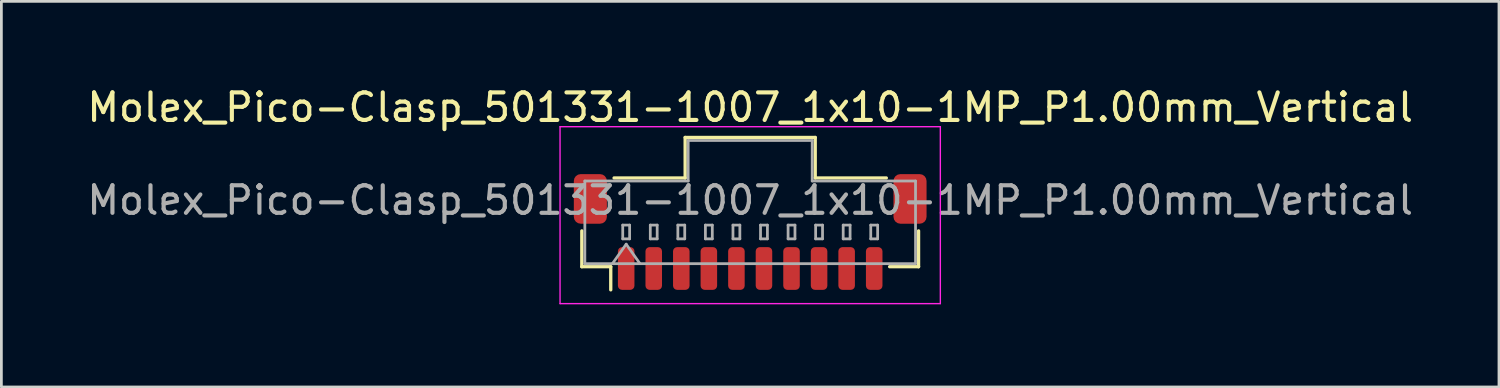
<source format=kicad_pcb>
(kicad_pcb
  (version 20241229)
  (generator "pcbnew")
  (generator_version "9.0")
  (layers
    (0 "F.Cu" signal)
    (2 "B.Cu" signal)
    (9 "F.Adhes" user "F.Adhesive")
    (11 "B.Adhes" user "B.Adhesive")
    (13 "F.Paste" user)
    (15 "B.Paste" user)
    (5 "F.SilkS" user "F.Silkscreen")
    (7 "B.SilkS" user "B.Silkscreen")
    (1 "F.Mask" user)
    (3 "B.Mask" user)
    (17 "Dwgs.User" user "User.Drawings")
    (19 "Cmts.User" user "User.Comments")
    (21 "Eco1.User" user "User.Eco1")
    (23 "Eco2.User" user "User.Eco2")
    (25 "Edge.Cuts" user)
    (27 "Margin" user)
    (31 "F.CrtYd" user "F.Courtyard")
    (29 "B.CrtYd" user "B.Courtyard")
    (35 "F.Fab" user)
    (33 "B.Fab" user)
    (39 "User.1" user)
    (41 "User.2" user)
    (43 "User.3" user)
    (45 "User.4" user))
  (footprint "Molex_Pico-Clasp_501331-1007_1x10-1MP_P1.00mm_Vertical"
    (layer "F.Cu")
    (at 24.173 5.368)
    (property "Reference" "Molex_Pico-Clasp_501331-1007_1x10-1MP_P1.00mm_Vertical" (at 0 -4.52 0) (layer "F.SilkS") (effects (font (size 1 1) (thickness 0.15))))
    (attr smd)
    (fp_line (start -6.11 -0.04) (end -6.11 1.26) (stroke (width 0.12) (type solid)) (layer "F.SilkS"))
    (fp_line (start -6.11 1.26) (end -5.06 1.26) (stroke (width 0.12) (type solid)) (layer "F.SilkS"))
    (fp_line (start -5.06 1.26) (end -5.06 2.1) (stroke (width 0.12) (type solid)) (layer "F.SilkS"))
    (fp_line (start -4.94 -1.96) (end -2.36 -1.96) (stroke (width 0.12) (type solid)) (layer "F.SilkS"))
    (fp_line (start -2.36 -3.43) (end 2.36 -3.43) (stroke (width 0.12) (type solid)) (layer "F.SilkS"))
    (fp_line (start -2.36 -1.96) (end -2.36 -3.43) (stroke (width 0.12) (type solid)) (layer "F.SilkS"))
    (fp_line (start 2.36 -3.43) (end 2.36 -1.96) (stroke (width 0.12) (type solid)) (layer "F.SilkS"))
    (fp_line (start 2.36 -1.96) (end 4.94 -1.96) (stroke (width 0.12) (type solid)) (layer "F.SilkS"))
    (fp_line (start 6.11 -0.04) (end 6.11 1.26) (stroke (width 0.12) (type solid)) (layer "F.SilkS"))
    (fp_line (start 6.11 1.26) (end 5.06 1.26) (stroke (width 0.12) (type solid)) (layer "F.SilkS"))
    (fp_line (start -6.9 -3.82) (end -6.9 2.6) (stroke (width 0.05) (type solid)) (layer "F.CrtYd"))
    (fp_line (start -6.9 2.6) (end 6.9 2.6) (stroke (width 0.05) (type solid)) (layer "F.CrtYd"))
    (fp_line (start 6.9 -3.82) (end -6.9 -3.82) (stroke (width 0.05) (type solid)) (layer "F.CrtYd"))
    (fp_line (start 6.9 2.6) (end 6.9 -3.82) (stroke (width 0.05) (type solid)) (layer "F.CrtYd"))
    (fp_line (start -6 -1.85) (end -2.25 -1.85) (stroke (width 0.1) (type solid)) (layer "F.Fab"))
    (fp_line (start -6 1.15) (end -6 -1.85) (stroke (width 0.1) (type solid)) (layer "F.Fab"))
    (fp_line (start -6 1.15) (end 6 1.15) (stroke (width 0.1) (type solid)) (layer "F.Fab"))
    (fp_line (start -5 1.15) (end -4.5 0.443) (stroke (width 0.1) (type solid)) (layer "F.Fab"))
    (fp_line (start -4.625 -0.25) (end -4.625 0.25) (stroke (width 0.1) (type solid)) (layer "F.Fab"))
    (fp_line (start -4.625 0.25) (end -4.375 0.25) (stroke (width 0.1) (type solid)) (layer "F.Fab"))
    (fp_line (start -4.5 0.443) (end -4 1.15) (stroke (width 0.1) (type solid)) (layer "F.Fab"))
    (fp_line (start -4.375 -0.25) (end -4.625 -0.25) (stroke (width 0.1) (type solid)) (layer "F.Fab"))
    (fp_line (start -4.375 0.25) (end -4.375 -0.25) (stroke (width 0.1) (type solid)) (layer "F.Fab"))
    (fp_line (start -3.625 -0.25) (end -3.625 0.25) (stroke (width 0.1) (type solid)) (layer "F.Fab"))
    (fp_line (start -3.625 0.25) (end -3.375 0.25) (stroke (width 0.1) (type solid)) (layer "F.Fab"))
    (fp_line (start -3.375 -0.25) (end -3.625 -0.25) (stroke (width 0.1) (type solid)) (layer "F.Fab"))
    (fp_line (start -3.375 0.25) (end -3.375 -0.25) (stroke (width 0.1) (type solid)) (layer "F.Fab"))
    (fp_line (start -2.625 -0.25) (end -2.625 0.25) (stroke (width 0.1) (type solid)) (layer "F.Fab"))
    (fp_line (start -2.625 0.25) (end -2.375 0.25) (stroke (width 0.1) (type solid)) (layer "F.Fab"))
    (fp_line (start -2.375 -0.25) (end -2.625 -0.25) (stroke (width 0.1) (type solid)) (layer "F.Fab"))
    (fp_line (start -2.375 0.25) (end -2.375 -0.25) (stroke (width 0.1) (type solid)) (layer "F.Fab"))
    (fp_line (start -2.25 -3.32) (end 2.25 -3.32) (stroke (width 0.1) (type solid)) (layer "F.Fab"))
    (fp_line (start -2.25 -1.85) (end -2.25 -3.32) (stroke (width 0.1) (type solid)) (layer "F.Fab"))
    (fp_line (start -1.625 -0.25) (end -1.625 0.25) (stroke (width 0.1) (type solid)) (layer "F.Fab"))
    (fp_line (start -1.625 0.25) (end -1.375 0.25) (stroke (width 0.1) (type solid)) (layer "F.Fab"))
    (fp_line (start -1.375 -0.25) (end -1.625 -0.25) (stroke (width 0.1) (type solid)) (layer "F.Fab"))
    (fp_line (start -1.375 0.25) (end -1.375 -0.25) (stroke (width 0.1) (type solid)) (layer "F.Fab"))
    (fp_line (start -0.625 -0.25) (end -0.625 0.25) (stroke (width 0.1) (type solid)) (layer "F.Fab"))
    (fp_line (start -0.625 0.25) (end -0.375 0.25) (stroke (width 0.1) (type solid)) (layer "F.Fab"))
    (fp_line (start -0.375 -0.25) (end -0.625 -0.25) (stroke (width 0.1) (type solid)) (layer "F.Fab"))
    (fp_line (start -0.375 0.25) (end -0.375 -0.25) (stroke (width 0.1) (type solid)) (layer "F.Fab"))
    (fp_line (start 0.375 -0.25) (end 0.375 0.25) (stroke (width 0.1) (type solid)) (layer "F.Fab"))
    (fp_line (start 0.375 0.25) (end 0.625 0.25) (stroke (width 0.1) (type solid)) (layer "F.Fab"))
    (fp_line (start 0.625 -0.25) (end 0.375 -0.25) (stroke (width 0.1) (type solid)) (layer "F.Fab"))
    (fp_line (start 0.625 0.25) (end 0.625 -0.25) (stroke (width 0.1) (type solid)) (layer "F.Fab"))
    (fp_line (start 1.375 -0.25) (end 1.375 0.25) (stroke (width 0.1) (type solid)) (layer "F.Fab"))
    (fp_line (start 1.375 0.25) (end 1.625 0.25) (stroke (width 0.1) (type solid)) (layer "F.Fab"))
    (fp_line (start 1.625 -0.25) (end 1.375 -0.25) (stroke (width 0.1) (type solid)) (layer "F.Fab"))
    (fp_line (start 1.625 0.25) (end 1.625 -0.25) (stroke (width 0.1) (type solid)) (layer "F.Fab"))
    (fp_line (start 2.25 -3.32) (end 2.25 -1.85) (stroke (width 0.1) (type solid)) (layer "F.Fab"))
    (fp_line (start 2.25 -1.85) (end 6 -1.85) (stroke (width 0.1) (type solid)) (layer "F.Fab"))
    (fp_line (start 2.375 -0.25) (end 2.375 0.25) (stroke (width 0.1) (type solid)) (layer "F.Fab"))
    (fp_line (start 2.375 0.25) (end 2.625 0.25) (stroke (width 0.1) (type solid)) (layer "F.Fab"))
    (fp_line (start 2.625 -0.25) (end 2.375 -0.25) (stroke (width 0.1) (type solid)) (layer "F.Fab"))
    (fp_line (start 2.625 0.25) (end 2.625 -0.25) (stroke (width 0.1) (type solid)) (layer "F.Fab"))
    (fp_line (start 3.375 -0.25) (end 3.375 0.25) (stroke (width 0.1) (type solid)) (layer "F.Fab"))
    (fp_line (start 3.375 0.25) (end 3.625 0.25) (stroke (width 0.1) (type solid)) (layer "F.Fab"))
    (fp_line (start 3.625 -0.25) (end 3.375 -0.25) (stroke (width 0.1) (type solid)) (layer "F.Fab"))
    (fp_line (start 3.625 0.25) (end 3.625 -0.25) (stroke (width 0.1) (type solid)) (layer "F.Fab"))
    (fp_line (start 4.375 -0.25) (end 4.375 0.25) (stroke (width 0.1) (type solid)) (layer "F.Fab"))
    (fp_line (start 4.375 0.25) (end 4.625 0.25) (stroke (width 0.1) (type solid)) (layer "F.Fab"))
    (fp_line (start 4.625 -0.25) (end 4.375 -0.25) (stroke (width 0.1) (type solid)) (layer "F.Fab"))
    (fp_line (start 4.625 0.25) (end 4.625 -0.25) (stroke (width 0.1) (type solid)) (layer "F.Fab"))
    (fp_line (start 6 1.15) (end 6 -1.85) (stroke (width 0.1) (type solid)) (layer "F.Fab"))
    (fp_text user "${REFERENCE}" (at 0 -1.15 0) (layer "F.Fab") (effects (font (size 1 1) (thickness 0.15))))
    (pad "1" smd roundrect (at -4.5 1.325) (size 0.6 1.55) (layers "F.Cu" "F.Mask" "F.Paste") (roundrect_rratio 0.25))
    (pad "2" smd roundrect (at -3.5 1.325) (size 0.6 1.55) (layers "F.Cu" "F.Mask" "F.Paste") (roundrect_rratio 0.25))
    (pad "3" smd roundrect (at -2.5 1.325) (size 0.6 1.55) (layers "F.Cu" "F.Mask" "F.Paste") (roundrect_rratio 0.25))
    (pad "4" smd roundrect (at -1.5 1.325) (size 0.6 1.55) (layers "F.Cu" "F.Mask" "F.Paste") (roundrect_rratio 0.25))
    (pad "5" smd roundrect (at -0.5 1.325) (size 0.6 1.55) (layers "F.Cu" "F.Mask" "F.Paste") (roundrect_rratio 0.25))
    (pad "6" smd roundrect (at 0.5 1.325) (size 0.6 1.55) (layers "F.Cu" "F.Mask" "F.Paste") (roundrect_rratio 0.25))
    (pad "7" smd roundrect (at 1.5 1.325) (size 0.6 1.55) (layers "F.Cu" "F.Mask" "F.Paste") (roundrect_rratio 0.25))
    (pad "8" smd roundrect (at 2.5 1.325) (size 0.6 1.55) (layers "F.Cu" "F.Mask" "F.Paste") (roundrect_rratio 0.25))
    (pad "9" smd roundrect (at 3.5 1.325) (size 0.6 1.55) (layers "F.Cu" "F.Mask" "F.Paste") (roundrect_rratio 0.25))
    (pad "10" smd roundrect (at 4.5 1.325) (size 0.6 1.55) (layers "F.Cu" "F.Mask" "F.Paste") (roundrect_rratio 0.25))
    (pad "MP" smd roundrect (at -5.8 -1.2) (size 1.2 1.8) (layers "F.Cu" "F.Mask" "F.Paste") (roundrect_rratio 0.208))
    (pad "MP" smd roundrect (at 5.8 -1.2) (size 1.2 1.8) (layers "F.Cu" "F.Mask" "F.Paste") (roundrect_rratio 0.208)))
  (gr_rect
    (start -3 -3)
    (end 51.345 10.993)
    (stroke (width 0.1) (type default))
    (fill no)
    (layer "Edge.Cuts")))
</source>
